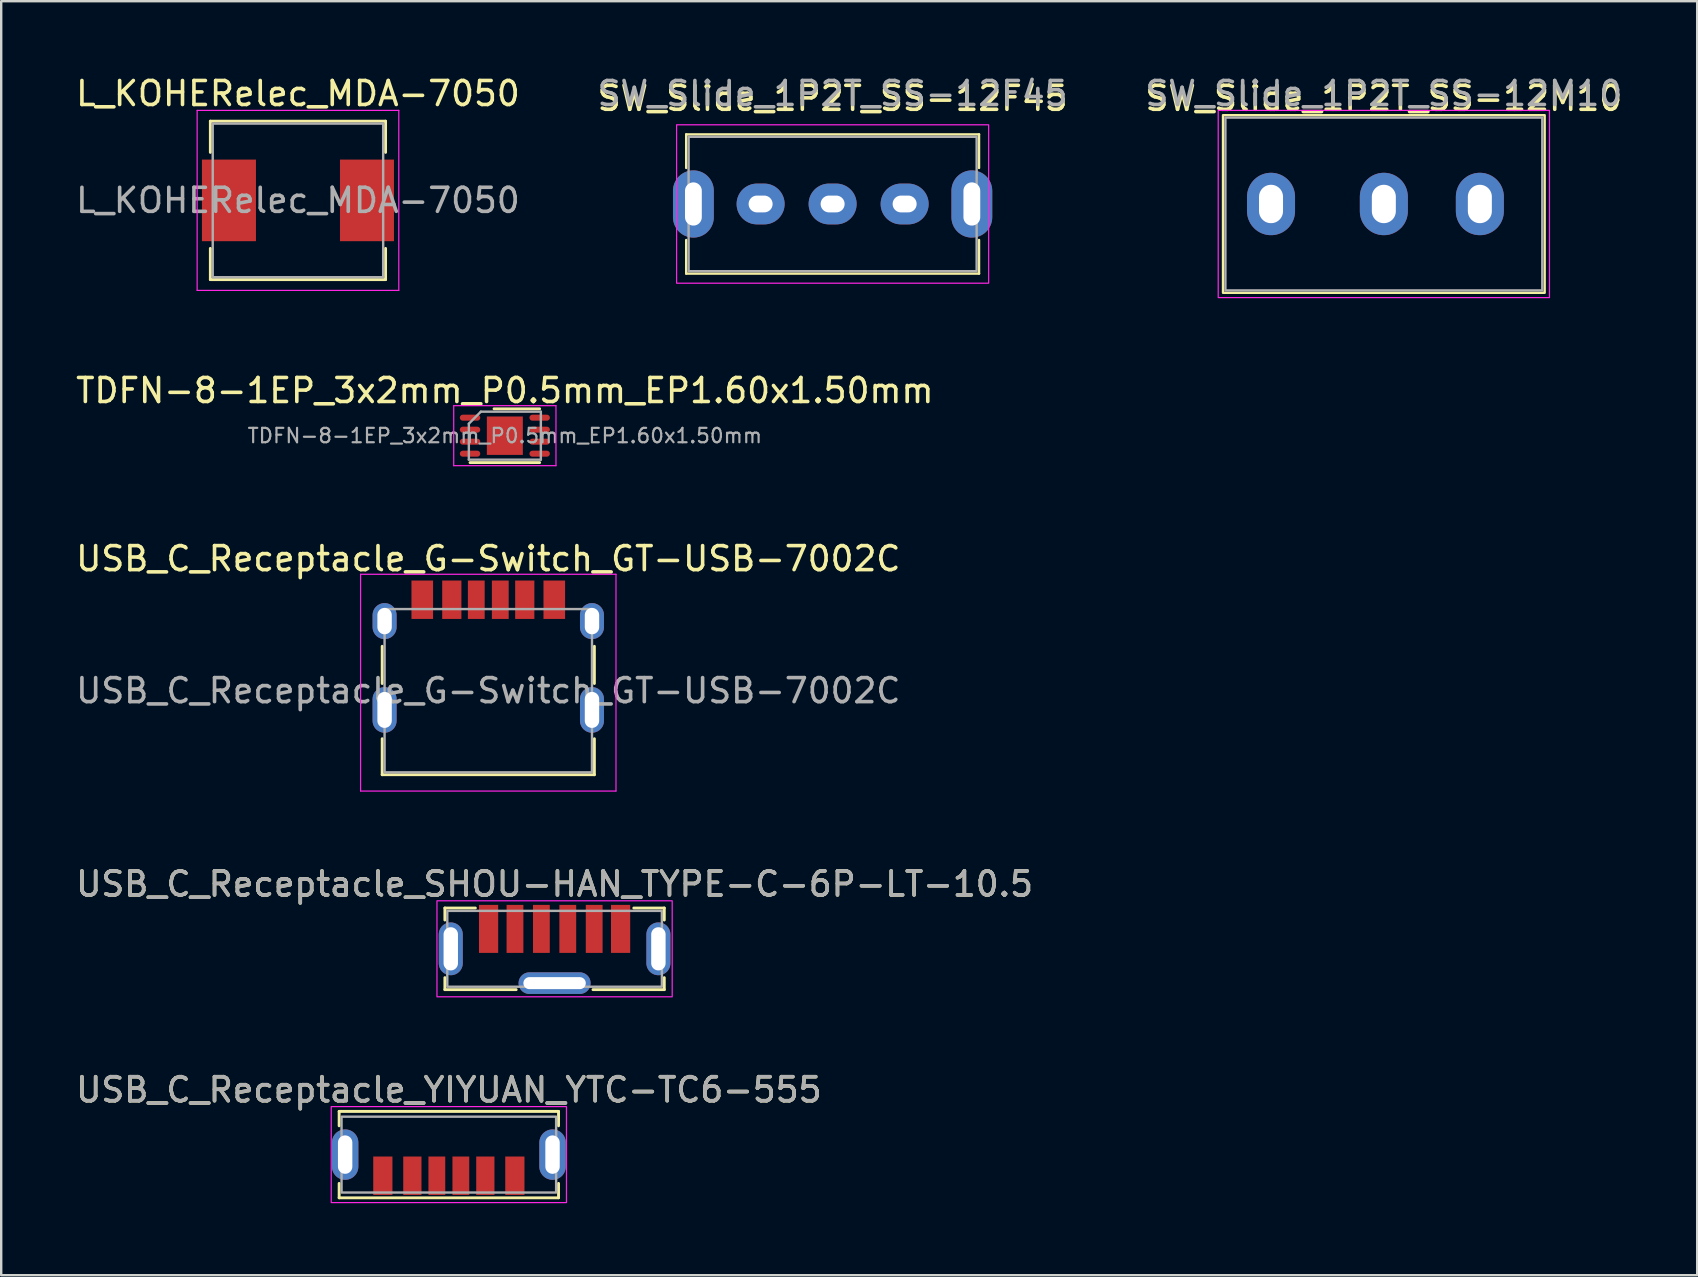
<source format=kicad_pcb>
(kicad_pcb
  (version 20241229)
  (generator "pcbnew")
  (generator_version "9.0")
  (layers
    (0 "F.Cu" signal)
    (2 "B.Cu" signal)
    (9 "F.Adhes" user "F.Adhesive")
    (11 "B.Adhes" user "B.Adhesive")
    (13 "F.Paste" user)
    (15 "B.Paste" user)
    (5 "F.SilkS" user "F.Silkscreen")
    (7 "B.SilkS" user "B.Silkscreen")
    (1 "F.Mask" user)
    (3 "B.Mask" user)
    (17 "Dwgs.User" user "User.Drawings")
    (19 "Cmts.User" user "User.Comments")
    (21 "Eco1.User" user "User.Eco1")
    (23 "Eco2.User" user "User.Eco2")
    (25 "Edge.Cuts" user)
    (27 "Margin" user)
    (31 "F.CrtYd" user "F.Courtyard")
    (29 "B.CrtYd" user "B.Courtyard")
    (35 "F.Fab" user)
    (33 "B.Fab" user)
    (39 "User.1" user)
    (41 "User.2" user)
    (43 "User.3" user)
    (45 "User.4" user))
  (footprint "SW_Slide_1P2T_SS-12F45"
    (layer "F.Cu")
    (at 31.637 5.448)
    (property "Reference" "SW_Slide_1P2T_SS-12F45" (at 0 -4.4 0) (layer "F.SilkS") (effects (font (size 1 1) (thickness 0.15))))
    (attr through_hole)
    (fp_line (start -6.1 -2.9) (end -6.1 -1.5) (stroke (width 0.1) (type default)) (layer "F.SilkS"))
    (fp_line (start -6.1 -2.9) (end 6.1 -2.9) (stroke (width 0.1) (type default)) (layer "F.SilkS"))
    (fp_line (start -6.1 2.9) (end -6.1 1.5) (stroke (width 0.1) (type default)) (layer "F.SilkS"))
    (fp_line (start -6.1 2.9) (end 6.1 2.9) (stroke (width 0.1) (type default)) (layer "F.SilkS"))
    (fp_line (start 6.1 -2.9) (end 6.1 -1.5) (stroke (width 0.1) (type default)) (layer "F.SilkS"))
    (fp_line (start 6.1 2.9) (end 6.1 1.5) (stroke (width 0.1) (type default)) (layer "F.SilkS"))
    (fp_rect (start -6.5 -3.3) (end 6.5 3.3) (stroke (width 0.05) (type default)) (fill no) (layer "F.CrtYd"))
    (fp_rect (start -6 -2.8) (end 6 2.8) (stroke (width 0.1) (type default)) (fill no) (layer "F.Fab"))
    (fp_text user "${REFERENCE}" (at 0 -4.6 0) (layer "F.Fab") (effects (font (size 1 1) (thickness 0.15))))
    (pad "" thru_hole oval (at -5.8 0) (size 1.7 2.8) (drill oval 0.7 1.8) (layers "*.Cu" "*.Mask"))
    (pad "" thru_hole oval (at 5.8 0) (size 1.7 2.8) (drill oval 0.7 1.8) (layers "*.Cu" "*.Mask"))
    (pad "1" thru_hole oval (at -3 0) (size 2 1.7) (drill oval 1 0.7) (layers "*.Cu" "*.Mask"))
    (pad "2" thru_hole oval (at 0 0) (size 2 1.7) (drill oval 1 0.7) (layers "*.Cu" "*.Mask"))
    (pad "3" thru_hole oval (at 3 0) (size 2 1.7) (drill oval 1 0.7) (layers "*.Cu" "*.Mask")))
  (footprint "USB_C_Receptacle_G-Switch_GT-USB-7002C"
    (layer "F.Cu")
    (at 17.292 25.725)
    (property "Reference" "USB_C_Receptacle_G-Switch_GT-USB-7002C" (at 0 -5.5 0) (layer "F.SilkS") (effects (font (size 1 1) (thickness 0.15))))
    (attr smd)
    (fp_line (start -4.42 -1.85) (end -4.42 -0.3) (stroke (width 0.12) (type solid)) (layer "F.SilkS"))
    (fp_line (start -4.42 3.5) (end -4.42 2) (stroke (width 0.12) (type solid)) (layer "F.SilkS"))
    (fp_line (start 4.42 -0.3) (end 4.42 -1.85) (stroke (width 0.12) (type solid)) (layer "F.SilkS"))
    (fp_line (start 4.42 2) (end 4.42 3.5) (stroke (width 0.12) (type solid)) (layer "F.SilkS"))
    (fp_line (start 4.42 3.5) (end -4.42 3.5) (stroke (width 0.12) (type solid)) (layer "F.SilkS"))
    (fp_line (start -5.32 -4.85) (end 5.32 -4.85) (stroke (width 0.05) (type solid)) (layer "F.CrtYd"))
    (fp_line (start -5.32 4.18) (end -5.32 -4.85) (stroke (width 0.05) (type solid)) (layer "F.CrtYd"))
    (fp_line (start 5.32 -4.85) (end 5.32 4.18) (stroke (width 0.05) (type solid)) (layer "F.CrtYd"))
    (fp_line (start 5.32 4.18) (end -5.32 4.18) (stroke (width 0.05) (type solid)) (layer "F.CrtYd"))
    (fp_line (start -4.32 -3.4) (end -4.32 3.4) (stroke (width 0.1) (type solid)) (layer "F.Fab"))
    (fp_line (start -4.32 -3.4) (end 4.32 -3.4) (stroke (width 0.1) (type solid)) (layer "F.Fab"))
    (fp_line (start -4.32 3.4) (end 4.32 3.4) (stroke (width 0.1) (type solid)) (layer "F.Fab"))
    (fp_line (start 4.32 3.4) (end 4.32 -3.4) (stroke (width 0.1) (type solid)) (layer "F.Fab"))
    (fp_text user "${REFERENCE}" (at 0 0 0) (layer "F.Fab") (effects (font (size 1 1) (thickness 0.15))))
    (pad "A5" smd rect (at -0.5 -3.79) (size 0.7 1.6) (layers "F.Cu" "F.Mask" "F.Paste"))
    (pad "A9" smd rect (at 1.52 -3.79) (size 0.8 1.6) (layers "F.Cu" "F.Mask" "F.Paste"))
    (pad "A12" smd rect (at 2.75 -3.79) (size 0.9 1.6) (layers "F.Cu" "F.Mask" "F.Paste"))
    (pad "B5" smd rect (at 0.5 -3.79) (size 0.7 1.6) (layers "F.Cu" "F.Mask" "F.Paste"))
    (pad "B9" smd rect (at -1.52 -3.79) (size 0.8 1.6) (layers "F.Cu" "F.Mask" "F.Paste"))
    (pad "B12" smd rect (at -2.75 -3.79) (size 0.9 1.6) (layers "F.Cu" "F.Mask" "F.Paste"))
    (pad "S1" thru_hole oval (at -4.32 -2.9) (size 1 1.5) (drill oval 0.6 1.1) (layers "*.Cu" "*.Mask"))
    (pad "S1" thru_hole oval (at -4.32 0.8) (size 1 1.9) (drill oval 0.6 1.5) (layers "*.Cu" "*.Mask"))
    (pad "S1" thru_hole oval (at 4.32 -2.9) (size 1 1.5) (drill oval 0.6 1.1) (layers "*.Cu" "*.Mask"))
    (pad "S1" thru_hole oval (at 4.32 0.8) (size 1 1.9) (drill oval 0.6 1.5) (layers "*.Cu" "*.Mask")))
  (footprint "L_KOHERelec_MDA-7050"
    (layer "F.Cu")
    (at 9.363 5.298)
    (property "Reference" "L_KOHERelec_MDA-7050" (at 0 -4.45 0) (layer "F.SilkS") (effects (font (size 1 1) (thickness 0.15))))
    (attr smd)
    (fp_line (start -3.65 -3.3) (end 3.65 -3.3) (stroke (width 0.12) (type solid)) (layer "F.SilkS"))
    (fp_line (start -3.65 -2) (end -3.65 -3.3) (stroke (width 0.12) (type solid)) (layer "F.SilkS"))
    (fp_line (start -3.65 2) (end -3.65 3.3) (stroke (width 0.12) (type solid)) (layer "F.SilkS"))
    (fp_line (start -3.65 3.3) (end 3.65 3.3) (stroke (width 0.12) (type solid)) (layer "F.SilkS"))
    (fp_line (start 3.65 -3.3) (end 3.65 -2) (stroke (width 0.12) (type solid)) (layer "F.SilkS"))
    (fp_line (start 3.65 3.3) (end 3.65 2) (stroke (width 0.12) (type solid)) (layer "F.SilkS"))
    (fp_line (start -4.2 -3.75) (end -4.2 3.75) (stroke (width 0.05) (type solid)) (layer "F.CrtYd"))
    (fp_line (start -4.2 3.75) (end 4.2 3.75) (stroke (width 0.05) (type solid)) (layer "F.CrtYd"))
    (fp_line (start 4.2 -3.75) (end -4.2 -3.75) (stroke (width 0.05) (type solid)) (layer "F.CrtYd"))
    (fp_line (start 4.2 3.75) (end 4.2 -3.75) (stroke (width 0.05) (type solid)) (layer "F.CrtYd"))
    (fp_line (start -3.55 -3.2) (end -3.55 3.2) (stroke (width 0.1) (type solid)) (layer "F.Fab"))
    (fp_line (start -3.55 3.2) (end 3.55 3.2) (stroke (width 0.1) (type solid)) (layer "F.Fab"))
    (fp_line (start 3.55 -3.2) (end -3.55 -3.2) (stroke (width 0.1) (type solid)) (layer "F.Fab"))
    (fp_line (start 3.55 3.2) (end 3.55 -3.2) (stroke (width 0.1) (type solid)) (layer "F.Fab"))
    (fp_text user "${REFERENCE}" (at 0 0 0) (layer "F.Fab") (effects (font (size 1 1) (thickness 0.15))))
    (pad "1" smd rect (at -2.875 0) (size 2.25 3.4) (layers "F.Cu" "F.Mask" "F.Paste"))
    (pad "2" smd rect (at 2.875 0) (size 2.25 3.4) (layers "F.Cu" "F.Mask" "F.Paste")))
  (footprint "USB_C_Receptacle_YIYUAN_YTC-TC6-555"
    (layer "F.Cu")
    (at 15.649 45.051)
    (property "Reference" "USB_C_Receptacle_YIYUAN_YTC-TC6-555" (at 0 -2.7 0) (layer "F.SilkS") (effects (font (size 1 1) (thickness 0.15))))
    (attr smd)
    (fp_line (start -4.57 -1.2) (end -4.57 -1.8) (stroke (width 0.12) (type solid)) (layer "F.SilkS"))
    (fp_line (start -4.57 1.2) (end -4.57 1.8) (stroke (width 0.12) (type solid)) (layer "F.SilkS"))
    (fp_line (start 4.57 -1.8) (end -4.57 -1.8) (stroke (width 0.12) (type solid)) (layer "F.SilkS"))
    (fp_line (start 4.57 -1.8) (end 4.57 -1.2) (stroke (width 0.12) (type solid)) (layer "F.SilkS"))
    (fp_line (start 4.57 1.8) (end -4.57 1.8) (stroke (width 0.12) (type solid)) (layer "F.SilkS"))
    (fp_line (start 4.57 1.8) (end 4.57 1.2) (stroke (width 0.12) (type solid)) (layer "F.SilkS"))
    (fp_rect (start -4.9 -2) (end 4.9 2) (stroke (width 0.05) (type default)) (fill no) (layer "F.CrtYd"))
    (fp_rect (start -4.47 -1.58) (end 4.47 1.58) (stroke (width 0.1) (type default)) (fill no) (layer "F.Fab"))
    (fp_text user "${REFERENCE}" (at 0 -2.7 0) (layer "F.Fab") (effects (font (size 1 1) (thickness 0.15))))
    (pad "A5" smd rect (at -0.5 0.88) (size 0.7 1.6) (layers "F.Cu" "F.Mask" "F.Paste"))
    (pad "A9" smd rect (at 1.52 0.88) (size 0.76 1.6) (layers "F.Cu" "F.Mask" "F.Paste"))
    (pad "A12" smd rect (at 2.75 0.88) (size 0.8 1.6) (layers "F.Cu" "F.Mask" "F.Paste"))
    (pad "B5" smd rect (at 0.5 0.88) (size 0.7 1.6) (layers "F.Cu" "F.Mask" "F.Paste"))
    (pad "B9" smd rect (at -1.52 0.88) (size 0.76 1.6) (layers "F.Cu" "F.Mask" "F.Paste"))
    (pad "B12" smd rect (at -2.75 0.88) (size 0.8 1.6) (layers "F.Cu" "F.Mask" "F.Paste"))
    (pad "S1" thru_hole oval (at -4.32 0) (size 1.1 2.1) (drill oval 0.6 1.6) (layers "*.Cu" "*.Mask"))
    (pad "S1" thru_hole oval (at 4.32 0) (size 1.1 2.1) (drill oval 0.6 1.6) (layers "*.Cu" "*.Mask")))
  (footprint "TDFN-8-1EP_3x2mm_P0.5mm_EP1.60x1.50mm"
    (layer "F.Cu")
    (at 17.982 15.101)
    (property "Reference" "TDFN-8-1EP_3x2mm_P0.5mm_EP1.60x1.50mm" (at 0 -1.88 0) (layer "F.SilkS") (effects (font (size 1 1) (thickness 0.15))))
    (attr smd)
    (fp_line (start -1.45 1.12) (end 1.45 1.12) (stroke (width 0.12) (type solid)) (layer "F.SilkS"))
    (fp_line (start -0.45 -1.12) (end 1.45 -1.12) (stroke (width 0.12) (type solid)) (layer "F.SilkS"))
    (fp_line (start -2.13 -1.25) (end -2.13 1.25) (stroke (width 0.05) (type solid)) (layer "F.CrtYd"))
    (fp_line (start -2.13 1.25) (end 2.13 1.25) (stroke (width 0.05) (type solid)) (layer "F.CrtYd"))
    (fp_line (start 2.13 -1.25) (end -2.13 -1.25) (stroke (width 0.05) (type solid)) (layer "F.CrtYd"))
    (fp_line (start 2.13 1.25) (end 2.13 -1.25) (stroke (width 0.05) (type solid)) (layer "F.CrtYd"))
    (fp_line (start -1.5 -0.5) (end -1.5 1) (stroke (width 0.1) (type solid)) (layer "F.Fab"))
    (fp_line (start -1.5 1) (end 1.5 1) (stroke (width 0.1) (type solid)) (layer "F.Fab"))
    (fp_line (start -1 -1) (end -1.5 -0.5) (stroke (width 0.1) (type solid)) (layer "F.Fab"))
    (fp_line (start 1.5 -1) (end -1 -1) (stroke (width 0.1) (type solid)) (layer "F.Fab"))
    (fp_line (start 1.5 1) (end 1.5 -1) (stroke (width 0.1) (type solid)) (layer "F.Fab"))
    (fp_text user "${REFERENCE}" (at 0 0 0) (layer "F.Fab") (effects (font (size 0.6 0.6) (thickness 0.09))))
    (pad "" smd rect (at 0 -0.5) (size 0.7 0.65) (layers "F.Paste"))
    (pad "" smd rect (at 0 0) (size 1.8 0.7) (layers "F.Paste"))
    (pad "" smd rect (at 0 0.5) (size 0.7 0.65) (layers "F.Paste"))
    (pad "1" smd oval (at -1.45 -0.75) (size 0.85 0.25) (layers "F.Cu" "F.Mask" "F.Paste"))
    (pad "2" smd oval (at -1.45 -0.25) (size 0.85 0.25) (layers "F.Cu" "F.Mask" "F.Paste"))
    (pad "3" smd oval (at -1.45 0.25) (size 0.85 0.25) (layers "F.Cu" "F.Mask" "F.Paste"))
    (pad "4" smd oval (at -1.45 0.75) (size 0.85 0.25) (layers "F.Cu" "F.Mask" "F.Paste"))
    (pad "5" smd oval (at 1.45 0.75) (size 0.85 0.25) (layers "F.Cu" "F.Mask" "F.Paste"))
    (pad "6" smd oval (at 1.45 0.25) (size 0.85 0.25) (layers "F.Cu" "F.Mask" "F.Paste"))
    (pad "7" smd oval (at 1.45 -0.25) (size 0.85 0.25) (layers "F.Cu" "F.Mask" "F.Paste"))
    (pad "8" smd oval (at 1.45 -0.75) (size 0.85 0.25) (layers "F.Cu" "F.Mask" "F.Paste"))
    (pad "9" smd rect (at 0 0) (size 1.5 1.6) (layers "F.Cu" "F.Mask")))
  (footprint "SW_Slide_1P2T_SS-12M10"
    (layer "F.Cu")
    (at 54.601 5.448)
    (property "Reference" "SW_Slide_1P2T_SS-12M10" (at 0 -4.4 0) (layer "F.SilkS") (effects (font (size 1 1) (thickness 0.15))))
    (attr through_hole)
    (fp_rect (start -6.7 -3.7) (end 6.7 3.7) (stroke (width 0.1) (type default)) (fill no) (layer "F.SilkS"))
    (fp_rect (start -6.9 -3.9) (end 6.9 3.9) (stroke (width 0.05) (type default)) (fill no) (layer "F.CrtYd"))
    (fp_rect (start -6.6 -3.6) (end 6.6 3.6) (stroke (width 0.1) (type default)) (fill no) (layer "F.Fab"))
    (fp_text user "${REFERENCE}" (at 0 -4.6 0) (layer "F.Fab") (effects (font (size 1 1) (thickness 0.15))))
    (pad "1" thru_hole oval (at -4.7 0) (size 2 2.6) (drill oval 1 1.6) (layers "*.Cu" "*.Mask"))
    (pad "2" thru_hole oval (at 0 0) (size 2 2.6) (drill oval 1 1.6) (layers "*.Cu" "*.Mask"))
    (pad "3" thru_hole oval (at 4 0) (size 2 2.6) (drill oval 1 1.6) (layers "*.Cu" "*.Mask")))
  (footprint "USB_C_Receptacle_SHOU-HAN_TYPE-C-6P-LT-10.5"
    (layer "F.Cu")
    (at 20.054 36.478)
    (property "Reference" "USB_C_Receptacle_SHOU-HAN_TYPE-C-6P-LT-10.5" (at 0 -2.7 0) (layer "F.SilkS") (effects (font (size 1 1) (thickness 0.15))))
    (attr smd)
    (fp_line (start -4.57 -1.2) (end -4.57 -1.7) (stroke (width 0.12) (type solid)) (layer "F.SilkS"))
    (fp_line (start -4.57 1.2) (end -4.57 1.7) (stroke (width 0.12) (type solid)) (layer "F.SilkS"))
    (fp_line (start -3.3 -1.7) (end -4.57 -1.7) (stroke (width 0.12) (type solid)) (layer "F.SilkS"))
    (fp_line (start -1.6 1.7) (end -4.57 1.7) (stroke (width 0.12) (type solid)) (layer "F.SilkS"))
    (fp_line (start 1.6 1.7) (end 4.57 1.7) (stroke (width 0.12) (type solid)) (layer "F.SilkS"))
    (fp_line (start 3.3 -1.7) (end 4.57 -1.7) (stroke (width 0.12) (type solid)) (layer "F.SilkS"))
    (fp_line (start 4.57 -1.7) (end 4.57 -1.2) (stroke (width 0.12) (type solid)) (layer "F.SilkS"))
    (fp_line (start 4.57 1.7) (end 4.57 1.2) (stroke (width 0.12) (type solid)) (layer "F.SilkS"))
    (fp_rect (start -4.9 -2) (end 4.9 2) (stroke (width 0.05) (type default)) (fill no) (layer "F.CrtYd"))
    (fp_rect (start -4.47 -1.58) (end 4.47 1.58) (stroke (width 0.1) (type default)) (fill no) (layer "F.Fab"))
    (fp_text user "${REFERENCE}" (at 0 -2.7 0) (layer "F.Fab") (effects (font (size 1 1) (thickness 0.15))))
    (pad "A5" smd rect (at -0.55 -0.83) (size 0.7 2) (layers "F.Cu" "F.Mask" "F.Paste"))
    (pad "A9" smd rect (at 1.65 -0.83) (size 0.7 2) (layers "F.Cu" "F.Mask" "F.Paste"))
    (pad "A12" smd rect (at 2.75 -0.83) (size 0.8 2) (layers "F.Cu" "F.Mask" "F.Paste"))
    (pad "B5" smd rect (at 0.55 -0.83) (size 0.7 2) (layers "F.Cu" "F.Mask" "F.Paste"))
    (pad "B9" smd rect (at -1.65 -0.83) (size 0.7 2) (layers "F.Cu" "F.Mask" "F.Paste"))
    (pad "B12" smd rect (at -2.75 -0.83) (size 0.8 2) (layers "F.Cu" "F.Mask" "F.Paste"))
    (pad "S1" thru_hole oval (at -4.325 0) (size 1 2.2) (drill oval 0.6 1.8) (layers "*.Cu" "*.Mask"))
    (pad "S1" thru_hole oval (at 0 1.43) (size 3 0.9) (drill oval 2.6 0.5) (layers "*.Cu" "*.Mask"))
    (pad "S1" thru_hole oval (at 4.325 0) (size 1 2.2) (drill oval 0.6 1.8) (layers "*.Cu" "*.Mask")))
  (gr_rect
    (start -3 -3)
    (end 67.655 50.076)
    (stroke (width 0.1) (type default))
    (fill no)
    (layer "Edge.Cuts")))
</source>
